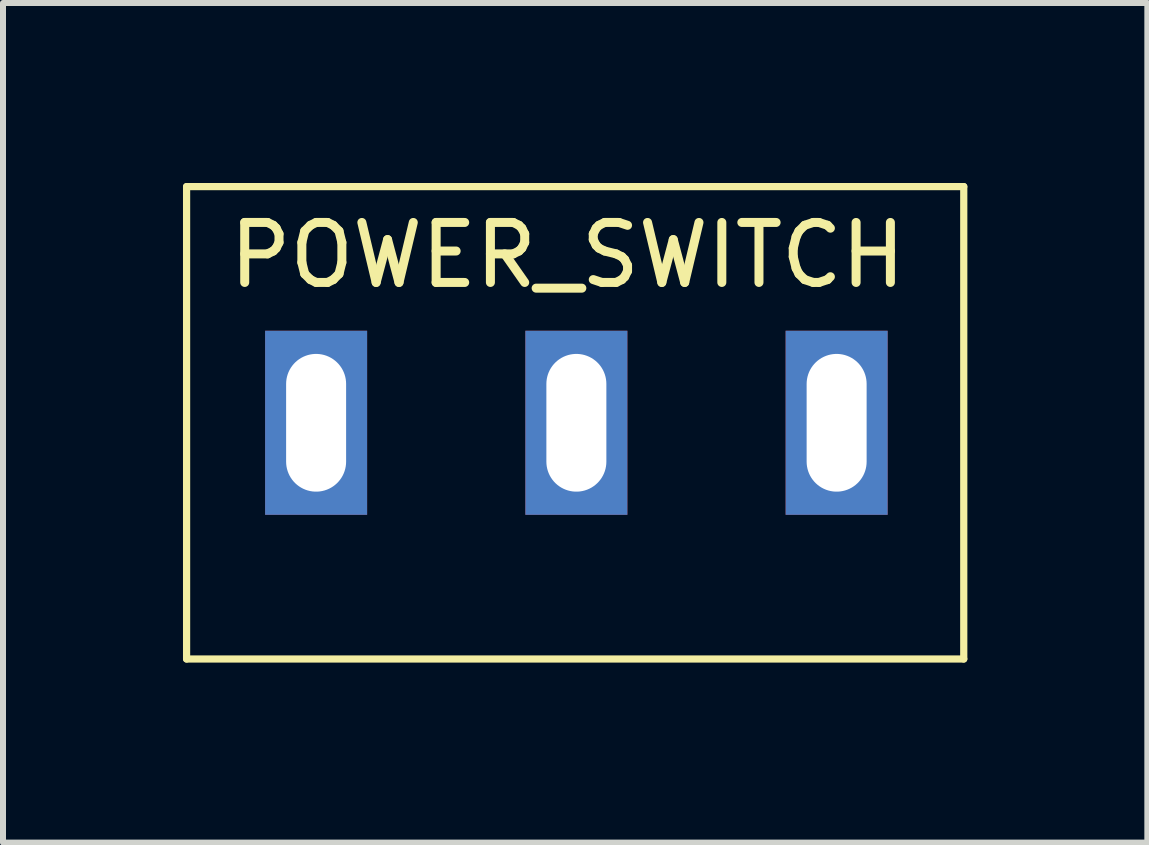
<source format=kicad_pcb>
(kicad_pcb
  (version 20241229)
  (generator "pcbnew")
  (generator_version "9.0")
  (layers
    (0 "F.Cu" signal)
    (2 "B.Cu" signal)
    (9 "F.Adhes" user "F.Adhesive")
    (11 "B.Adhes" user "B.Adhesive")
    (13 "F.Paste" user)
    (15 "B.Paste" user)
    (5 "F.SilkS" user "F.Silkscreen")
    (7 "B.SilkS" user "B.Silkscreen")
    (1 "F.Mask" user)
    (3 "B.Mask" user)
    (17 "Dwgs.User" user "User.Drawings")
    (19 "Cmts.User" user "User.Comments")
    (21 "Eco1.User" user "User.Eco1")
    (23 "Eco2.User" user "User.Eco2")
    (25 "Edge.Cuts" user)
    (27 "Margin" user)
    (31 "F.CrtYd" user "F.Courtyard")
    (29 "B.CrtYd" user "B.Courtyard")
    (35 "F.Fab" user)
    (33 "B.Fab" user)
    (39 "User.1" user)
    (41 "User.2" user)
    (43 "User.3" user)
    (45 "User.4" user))
  (footprint "POWER_SWITCH"
    (layer "F.Cu")
    (at 6.537 3.997)
    (property "Reference" "POWER_SWITCH" (at -0.127 -2.794 0) (layer "F.SilkS") (effects (font (size 1 1) (thickness 0.15))))
    (attr through_hole)
    (fp_line (start -6.477 -3.937) (end 6.477 -3.937) (stroke (width 0.12) (type solid)) (layer "F.SilkS"))
    (fp_line (start -6.477 3.937) (end -6.477 -3.937) (stroke (width 0.12) (type solid)) (layer "F.SilkS"))
    (fp_line (start 6.477 -3.937) (end 6.477 3.937) (stroke (width 0.12) (type solid)) (layer "F.SilkS"))
    (fp_line (start 6.477 3.937) (end -6.477 3.937) (stroke (width 0.12) (type solid)) (layer "F.SilkS"))
    (pad "1" thru_hole rect (at -4.318 0) (size 1.7 3.068) (drill oval 1 2.296) (layers "*.Cu" "*.Mask"))
    (pad "2" thru_hole rect (at 0.02 0) (size 1.7 3.068) (drill oval 1 2.296) (layers "*.Cu" "*.Mask"))
    (pad "3" thru_hole rect (at 4.358 0) (size 1.7 3.068) (drill oval 1 2.296) (layers "*.Cu" "*.Mask")))
  (gr_rect
    (start -3 -3)
    (end 16.074 10.994)
    (stroke (width 0.1) (type default))
    (fill no)
    (layer "Edge.Cuts")))
</source>
